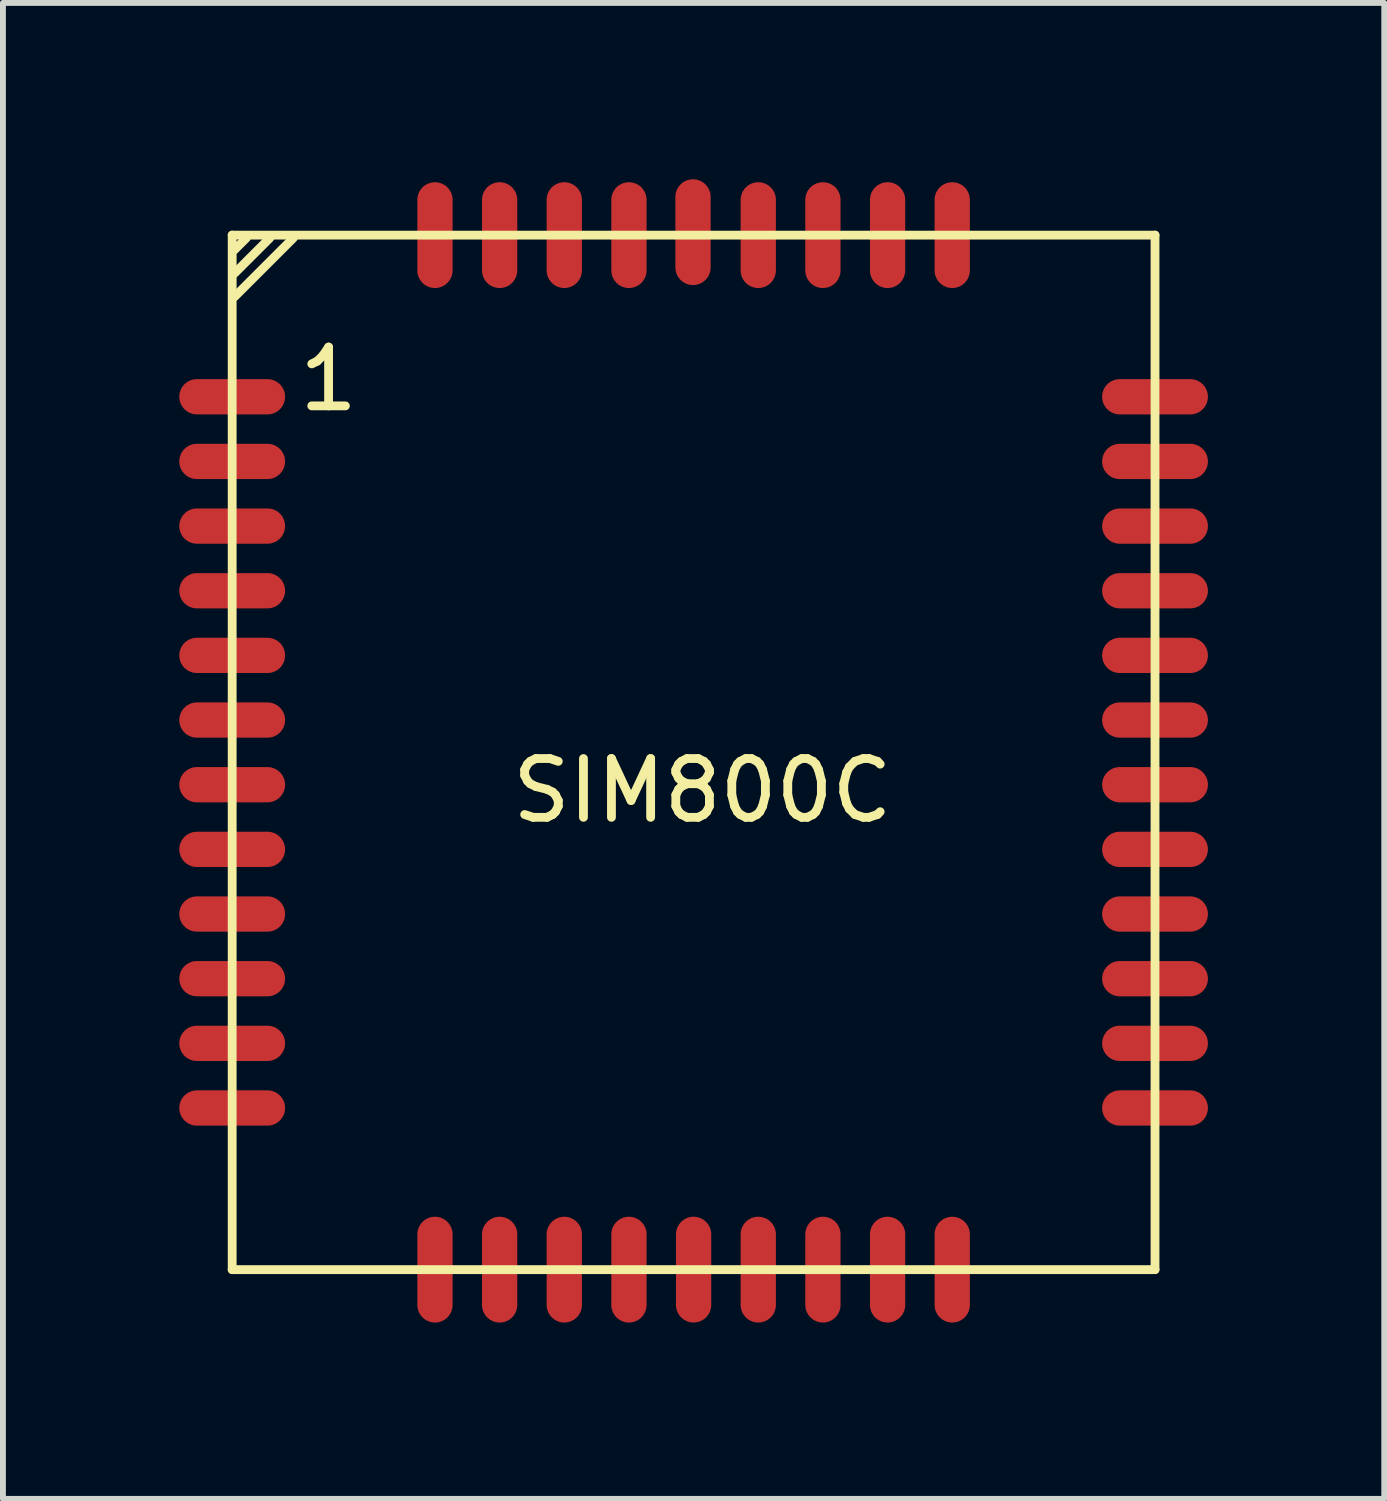
<source format=kicad_pcb>
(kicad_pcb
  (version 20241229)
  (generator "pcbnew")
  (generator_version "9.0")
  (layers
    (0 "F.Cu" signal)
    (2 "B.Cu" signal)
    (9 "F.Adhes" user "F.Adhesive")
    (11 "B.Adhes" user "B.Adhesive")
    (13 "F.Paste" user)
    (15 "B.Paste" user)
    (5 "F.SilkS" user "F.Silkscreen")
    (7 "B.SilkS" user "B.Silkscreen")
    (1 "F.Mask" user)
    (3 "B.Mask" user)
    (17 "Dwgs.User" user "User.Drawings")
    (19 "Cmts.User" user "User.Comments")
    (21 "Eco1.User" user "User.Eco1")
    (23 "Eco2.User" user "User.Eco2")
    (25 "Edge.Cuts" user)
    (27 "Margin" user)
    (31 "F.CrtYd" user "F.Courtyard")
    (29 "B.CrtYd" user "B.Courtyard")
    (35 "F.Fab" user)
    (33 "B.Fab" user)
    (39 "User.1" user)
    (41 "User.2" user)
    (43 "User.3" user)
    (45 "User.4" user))
  (footprint "SIM800C"
    (layer "F.Cu")
    (at 8.74 9.7)
    (property "Reference" "SIM800C" (at 0.16 0.7 0) (layer "F.SilkS") (effects (font (size 1 1) (thickness 0.15))))
    (attr through_hole)
    (fp_line (start -7.84 -8.75) (end -7.84 8.85) (stroke (width 0.15) (type solid)) (layer "F.SilkS"))
    (fp_line (start -7.84 8.85) (end 7.86 8.85) (stroke (width 0.15) (type solid)) (layer "F.SilkS"))
    (fp_line (start -7.6 -8.7) (end -7.8 -8.5) (stroke (width 0.15) (type solid)) (layer "F.SilkS"))
    (fp_line (start -7.2 -8.7) (end -7.8 -8.1) (stroke (width 0.15) (type solid)) (layer "F.SilkS"))
    (fp_line (start -6.8 -8.7) (end -7.8 -7.7) (stroke (width 0.15) (type solid)) (layer "F.SilkS"))
    (fp_line (start 7.86 -8.75) (end -7.84 -8.75) (stroke (width 0.15) (type solid)) (layer "F.SilkS"))
    (fp_line (start 7.86 8.85) (end 7.86 -8.75) (stroke (width 0.15) (type solid)) (layer "F.SilkS"))
    (fp_text user "1" (at -6.2 -6.3 0) (layer "F.SilkS") (effects (font (size 1 1) (thickness 0.15))))
    (pad "1" smd oval (at -7.84 -6) (size 1.8 0.6) (layers "F.Cu" "F.Mask" "F.Paste"))
    (pad "2" smd oval (at -7.84 -4.9) (size 1.8 0.6) (layers "F.Cu" "F.Mask" "F.Paste"))
    (pad "3" smd oval (at -7.84 -3.8) (size 1.8 0.6) (layers "F.Cu" "F.Mask" "F.Paste"))
    (pad "4" smd oval (at -7.84 -2.7) (size 1.8 0.6) (layers "F.Cu" "F.Mask" "F.Paste"))
    (pad "5" smd oval (at -7.84 -1.6) (size 1.8 0.6) (layers "F.Cu" "F.Mask" "F.Paste"))
    (pad "6" smd oval (at -7.84 -0.5) (size 1.8 0.6) (layers "F.Cu" "F.Mask" "F.Paste"))
    (pad "7" smd oval (at -7.84 0.6) (size 1.8 0.6) (layers "F.Cu" "F.Mask" "F.Paste"))
    (pad "8" smd oval (at -7.84 1.7) (size 1.8 0.6) (layers "F.Cu" "F.Mask" "F.Paste"))
    (pad "9" smd oval (at -7.84 2.8) (size 1.8 0.6) (layers "F.Cu" "F.Mask" "F.Paste"))
    (pad "10" smd oval (at -7.84 3.9) (size 1.8 0.6) (layers "F.Cu" "F.Mask" "F.Paste"))
    (pad "11" smd oval (at -7.84 5) (size 1.8 0.6) (layers "F.Cu" "F.Mask" "F.Paste"))
    (pad "12" smd oval (at -7.84 6.1) (size 1.8 0.6) (layers "F.Cu" "F.Mask" "F.Paste"))
    (pad "13" smd oval (at -4.39 8.85) (size 0.6 1.8) (layers "F.Cu" "F.Mask" "F.Paste"))
    (pad "14" smd oval (at -3.29 8.85) (size 0.6 1.8) (layers "F.Cu" "F.Mask" "F.Paste"))
    (pad "15" smd oval (at -2.19 8.85) (size 0.6 1.8) (layers "F.Cu" "F.Mask" "F.Paste"))
    (pad "16" smd oval (at -1.09 8.85) (size 0.6 1.8) (layers "F.Cu" "F.Mask" "F.Paste"))
    (pad "17" smd oval (at 0.01 8.85) (size 0.6 1.8) (layers "F.Cu" "F.Mask" "F.Paste"))
    (pad "18" smd oval (at 1.11 8.85) (size 0.6 1.8) (layers "F.Cu" "F.Mask" "F.Paste"))
    (pad "19" smd oval (at 2.21 8.85) (size 0.6 1.8) (layers "F.Cu" "F.Mask" "F.Paste"))
    (pad "20" smd oval (at 3.31 8.85) (size 0.6 1.8) (layers "F.Cu" "F.Mask" "F.Paste"))
    (pad "21" smd oval (at 4.41 8.85) (size 0.6 1.8) (layers "F.Cu" "F.Mask" "F.Paste"))
    (pad "22" smd oval (at 7.86 6.1) (size 1.8 0.6) (layers "F.Cu" "F.Mask" "F.Paste"))
    (pad "23" smd oval (at 7.86 5) (size 1.8 0.6) (layers "F.Cu" "F.Mask" "F.Paste"))
    (pad "24" smd oval (at 7.86 3.9) (size 1.8 0.6) (layers "F.Cu" "F.Mask" "F.Paste"))
    (pad "25" smd oval (at 7.86 2.8) (size 1.8 0.6) (layers "F.Cu" "F.Mask" "F.Paste"))
    (pad "26" smd oval (at 7.86 1.7) (size 1.8 0.6) (layers "F.Cu" "F.Mask" "F.Paste"))
    (pad "27" smd oval (at 7.86 0.6) (size 1.8 0.6) (layers "F.Cu" "F.Mask" "F.Paste"))
    (pad "28" smd oval (at 7.86 -0.5) (size 1.8 0.6) (layers "F.Cu" "F.Mask" "F.Paste"))
    (pad "29" smd oval (at 7.86 -1.6) (size 1.8 0.6) (layers "F.Cu" "F.Mask" "F.Paste"))
    (pad "30" smd oval (at 7.86 -2.7) (size 1.8 0.6) (layers "F.Cu" "F.Mask" "F.Paste"))
    (pad "31" smd oval (at 7.86 -3.8) (size 1.8 0.6) (layers "F.Cu" "F.Mask" "F.Paste"))
    (pad "32" smd oval (at 7.86 -4.9) (size 1.8 0.6) (layers "F.Cu" "F.Mask" "F.Paste"))
    (pad "33" smd oval (at 7.86 -6) (size 1.8 0.6) (layers "F.Cu" "F.Mask" "F.Paste"))
    (pad "34" smd oval (at 4.41 -8.75) (size 0.6 1.8) (layers "F.Cu" "F.Mask" "F.Paste"))
    (pad "35" smd oval (at 3.31 -8.75) (size 0.6 1.8) (layers "F.Cu" "F.Mask" "F.Paste"))
    (pad "36" smd oval (at 2.21 -8.75) (size 0.6 1.8) (layers "F.Cu" "F.Mask" "F.Paste"))
    (pad "37" smd oval (at 1.11 -8.75) (size 0.6 1.8) (layers "F.Cu" "F.Mask" "F.Paste"))
    (pad "38" smd oval (at 0 -8.8) (size 0.6 1.8) (layers "F.Cu" "F.Mask" "F.Paste"))
    (pad "39" smd oval (at -1.09 -8.75) (size 0.6 1.8) (layers "F.Cu" "F.Mask" "F.Paste"))
    (pad "40" smd oval (at -2.19 -8.75) (size 0.6 1.8) (layers "F.Cu" "F.Mask" "F.Paste"))
    (pad "41" smd oval (at -3.29 -8.75) (size 0.6 1.8) (layers "F.Cu" "F.Mask" "F.Paste"))
    (pad "42" smd oval (at -4.39 -8.75) (size 0.6 1.8) (layers "F.Cu" "F.Mask" "F.Paste")))
  (gr_rect
    (start -3 -3)
    (end 20.5 22.45)
    (stroke (width 0.1) (type default))
    (fill no)
    (layer "Edge.Cuts")))
</source>
